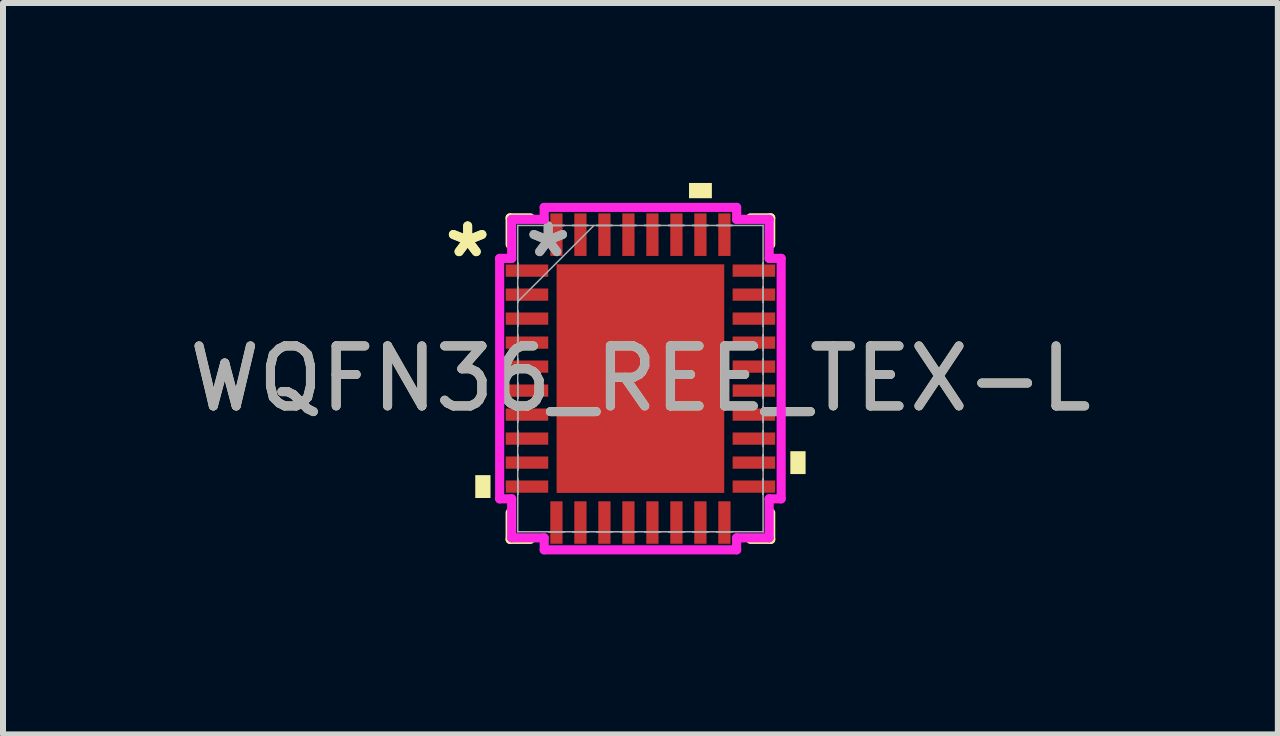
<source format=kicad_pcb>
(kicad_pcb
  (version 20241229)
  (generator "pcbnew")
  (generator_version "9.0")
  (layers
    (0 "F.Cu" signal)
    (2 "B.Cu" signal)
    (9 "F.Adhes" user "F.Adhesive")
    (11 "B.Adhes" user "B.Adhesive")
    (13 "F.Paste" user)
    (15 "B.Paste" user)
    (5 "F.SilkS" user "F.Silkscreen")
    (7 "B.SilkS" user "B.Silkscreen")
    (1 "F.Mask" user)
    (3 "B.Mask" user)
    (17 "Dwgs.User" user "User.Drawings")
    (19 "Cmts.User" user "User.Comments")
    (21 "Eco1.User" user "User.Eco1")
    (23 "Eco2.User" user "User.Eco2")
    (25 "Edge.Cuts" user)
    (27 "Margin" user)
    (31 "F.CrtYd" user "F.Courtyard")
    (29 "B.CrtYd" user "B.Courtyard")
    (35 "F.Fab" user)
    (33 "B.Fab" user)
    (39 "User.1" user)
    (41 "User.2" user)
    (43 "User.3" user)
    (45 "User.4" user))
  (footprint "WQFN36_REE_TEX-L"
    (layer "F.Cu")
    (at 7.625 3.261)
    (property "Reference" "WQFN36_REE_TEX-L" (at 0 0 0) (unlocked yes) (layer "F.SilkS") (effects (font (size 1 1) (thickness 0.15))))
    (attr smd)
    (fp_line (start -2.172 -2.68) (end -2.172 -2.235) (stroke (width 0.152) (type solid)) (layer "F.SilkS"))
    (fp_line (start -2.172 2.235) (end -2.172 2.68) (stroke (width 0.152) (type solid)) (layer "F.SilkS"))
    (fp_line (start -2.172 2.68) (end -1.835 2.68) (stroke (width 0.152) (type solid)) (layer "F.SilkS"))
    (fp_line (start -1.835 -2.68) (end -2.172 -2.68) (stroke (width 0.152) (type solid)) (layer "F.SilkS"))
    (fp_line (start 1.835 2.68) (end 2.172 2.68) (stroke (width 0.152) (type solid)) (layer "F.SilkS"))
    (fp_line (start 2.172 -2.68) (end 1.835 -2.68) (stroke (width 0.152) (type solid)) (layer "F.SilkS"))
    (fp_line (start 2.172 -2.235) (end 2.172 -2.68) (stroke (width 0.152) (type solid)) (layer "F.SilkS"))
    (fp_line (start 2.172 2.68) (end 2.172 2.235) (stroke (width 0.152) (type solid)) (layer "F.SilkS"))
    (fp_poly (pts (xy -2.753 1.609) (xy -2.753 1.99) (xy -2.499 1.99) (xy -2.499 1.609)) (stroke (width 0) (type solid)) (fill yes) (layer "F.SilkS"))
    (fp_poly (pts (xy 0.81 -3.007) (xy 0.81 -3.261) (xy 1.191 -3.261) (xy 1.191 -3.007)) (stroke (width 0) (type solid)) (fill yes) (layer "F.SilkS"))
    (fp_poly (pts (xy 2.753 1.21) (xy 2.753 1.591) (xy 2.499 1.591) (xy 2.499 1.21)) (stroke (width 0) (type solid)) (fill yes) (layer "F.SilkS"))
    (fp_poly (pts (xy -1.297 -1.805) (xy -1.297 -0.735) (xy -0.1 -0.735) (xy -0.1 -1.805)) (stroke (width 0) (type solid)) (fill yes) (layer "F.Paste"))
    (fp_poly (pts (xy -1.297 -0.535) (xy -1.297 0.535) (xy -0.1 0.535) (xy -0.1 -0.535)) (stroke (width 0) (type solid)) (fill yes) (layer "F.Paste"))
    (fp_poly (pts (xy -1.297 0.735) (xy -1.297 1.805) (xy -0.1 1.805) (xy -0.1 0.735)) (stroke (width 0) (type solid)) (fill yes) (layer "F.Paste"))
    (fp_poly (pts (xy 0.1 -1.805) (xy 0.1 -0.735) (xy 1.297 -0.735) (xy 1.297 -1.805)) (stroke (width 0) (type solid)) (fill yes) (layer "F.Paste"))
    (fp_poly (pts (xy 0.1 -0.535) (xy 0.1 0.535) (xy 1.297 0.535) (xy 1.297 -0.535)) (stroke (width 0) (type solid)) (fill yes) (layer "F.Paste"))
    (fp_poly (pts (xy 0.1 0.735) (xy 0.1 1.805) (xy 1.297 1.805) (xy 1.297 0.735)) (stroke (width 0) (type solid)) (fill yes) (layer "F.Paste"))
    (fp_line (start -2.346 -2.004) (end -2.146 -2.004) (stroke (width 0.152) (type solid)) (layer "F.CrtYd"))
    (fp_line (start -2.346 2.004) (end -2.346 -2.004) (stroke (width 0.152) (type solid)) (layer "F.CrtYd"))
    (fp_line (start -2.146 -2.654) (end -1.604 -2.654) (stroke (width 0.152) (type solid)) (layer "F.CrtYd"))
    (fp_line (start -2.146 -2.004) (end -2.146 -2.654) (stroke (width 0.152) (type solid)) (layer "F.CrtYd"))
    (fp_line (start -2.146 2.004) (end -2.346 2.004) (stroke (width 0.152) (type solid)) (layer "F.CrtYd"))
    (fp_line (start -2.146 2.654) (end -2.146 2.004) (stroke (width 0.152) (type solid)) (layer "F.CrtYd"))
    (fp_line (start -1.604 -2.854) (end 1.604 -2.854) (stroke (width 0.152) (type solid)) (layer "F.CrtYd"))
    (fp_line (start -1.604 -2.654) (end -1.604 -2.854) (stroke (width 0.152) (type solid)) (layer "F.CrtYd"))
    (fp_line (start -1.604 2.654) (end -2.146 2.654) (stroke (width 0.152) (type solid)) (layer "F.CrtYd"))
    (fp_line (start -1.604 2.854) (end -1.604 2.654) (stroke (width 0.152) (type solid)) (layer "F.CrtYd"))
    (fp_line (start 1.604 -2.854) (end 1.604 -2.654) (stroke (width 0.152) (type solid)) (layer "F.CrtYd"))
    (fp_line (start 1.604 -2.654) (end 2.146 -2.654) (stroke (width 0.152) (type solid)) (layer "F.CrtYd"))
    (fp_line (start 1.604 2.654) (end 1.604 2.854) (stroke (width 0.152) (type solid)) (layer "F.CrtYd"))
    (fp_line (start 1.604 2.854) (end -1.604 2.854) (stroke (width 0.152) (type solid)) (layer "F.CrtYd"))
    (fp_line (start 2.146 -2.654) (end 2.146 -2.004) (stroke (width 0.152) (type solid)) (layer "F.CrtYd"))
    (fp_line (start 2.146 -2.004) (end 2.346 -2.004) (stroke (width 0.152) (type solid)) (layer "F.CrtYd"))
    (fp_line (start 2.146 2.004) (end 2.146 2.654) (stroke (width 0.152) (type solid)) (layer "F.CrtYd"))
    (fp_line (start 2.146 2.654) (end 1.604 2.654) (stroke (width 0.152) (type solid)) (layer "F.CrtYd"))
    (fp_line (start 2.346 -2.004) (end 2.346 2.004) (stroke (width 0.152) (type solid)) (layer "F.CrtYd"))
    (fp_line (start 2.346 2.004) (end 2.146 2.004) (stroke (width 0.152) (type solid)) (layer "F.CrtYd"))
    (fp_line (start -2.045 -2.553) (end -2.045 -2.553) (stroke (width 0.025) (type solid)) (layer "F.Fab"))
    (fp_line (start -2.045 -2.553) (end -2.045 2.553) (stroke (width 0.025) (type solid)) (layer "F.Fab"))
    (fp_line (start -2.045 -1.927) (end -2.045 -1.927) (stroke (width 0.025) (type solid)) (layer "F.Fab"))
    (fp_line (start -2.045 -1.927) (end -2.045 -1.673) (stroke (width 0.025) (type solid)) (layer "F.Fab"))
    (fp_line (start -2.045 -1.673) (end -2.045 -1.927) (stroke (width 0.025) (type solid)) (layer "F.Fab"))
    (fp_line (start -2.045 -1.673) (end -2.045 -1.673) (stroke (width 0.025) (type solid)) (layer "F.Fab"))
    (fp_line (start -2.045 -1.527) (end -2.045 -1.527) (stroke (width 0.025) (type solid)) (layer "F.Fab"))
    (fp_line (start -2.045 -1.527) (end -2.045 -1.273) (stroke (width 0.025) (type solid)) (layer "F.Fab"))
    (fp_line (start -2.045 -1.283) (end -0.775 -2.553) (stroke (width 0.025) (type solid)) (layer "F.Fab"))
    (fp_line (start -2.045 -1.273) (end -2.045 -1.527) (stroke (width 0.025) (type solid)) (layer "F.Fab"))
    (fp_line (start -2.045 -1.273) (end -2.045 -1.273) (stroke (width 0.025) (type solid)) (layer "F.Fab"))
    (fp_line (start -2.045 -1.127) (end -2.045 -1.127) (stroke (width 0.025) (type solid)) (layer "F.Fab"))
    (fp_line (start -2.045 -1.127) (end -2.045 -0.873) (stroke (width 0.025) (type solid)) (layer "F.Fab"))
    (fp_line (start -2.045 -0.873) (end -2.045 -1.127) (stroke (width 0.025) (type solid)) (layer "F.Fab"))
    (fp_line (start -2.045 -0.873) (end -2.045 -0.873) (stroke (width 0.025) (type solid)) (layer "F.Fab"))
    (fp_line (start -2.045 -0.727) (end -2.045 -0.727) (stroke (width 0.025) (type solid)) (layer "F.Fab"))
    (fp_line (start -2.045 -0.727) (end -2.045 -0.473) (stroke (width 0.025) (type solid)) (layer "F.Fab"))
    (fp_line (start -2.045 -0.473) (end -2.045 -0.727) (stroke (width 0.025) (type solid)) (layer "F.Fab"))
    (fp_line (start -2.045 -0.473) (end -2.045 -0.473) (stroke (width 0.025) (type solid)) (layer "F.Fab"))
    (fp_line (start -2.045 -0.327) (end -2.045 -0.327) (stroke (width 0.025) (type solid)) (layer "F.Fab"))
    (fp_line (start -2.045 -0.327) (end -2.045 -0.073) (stroke (width 0.025) (type solid)) (layer "F.Fab"))
    (fp_line (start -2.045 -0.073) (end -2.045 -0.327) (stroke (width 0.025) (type solid)) (layer "F.Fab"))
    (fp_line (start -2.045 -0.073) (end -2.045 -0.073) (stroke (width 0.025) (type solid)) (layer "F.Fab"))
    (fp_line (start -2.045 0.073) (end -2.045 0.073) (stroke (width 0.025) (type solid)) (layer "F.Fab"))
    (fp_line (start -2.045 0.073) (end -2.045 0.327) (stroke (width 0.025) (type solid)) (layer "F.Fab"))
    (fp_line (start -2.045 0.327) (end -2.045 0.073) (stroke (width 0.025) (type solid)) (layer "F.Fab"))
    (fp_line (start -2.045 0.327) (end -2.045 0.327) (stroke (width 0.025) (type solid)) (layer "F.Fab"))
    (fp_line (start -2.045 0.473) (end -2.045 0.473) (stroke (width 0.025) (type solid)) (layer "F.Fab"))
    (fp_line (start -2.045 0.473) (end -2.045 0.727) (stroke (width 0.025) (type solid)) (layer "F.Fab"))
    (fp_line (start -2.045 0.727) (end -2.045 0.473) (stroke (width 0.025) (type solid)) (layer "F.Fab"))
    (fp_line (start -2.045 0.727) (end -2.045 0.727) (stroke (width 0.025) (type solid)) (layer "F.Fab"))
    (fp_line (start -2.045 0.873) (end -2.045 0.873) (stroke (width 0.025) (type solid)) (layer "F.Fab"))
    (fp_line (start -2.045 0.873) (end -2.045 1.127) (stroke (width 0.025) (type solid)) (layer "F.Fab"))
    (fp_line (start -2.045 1.127) (end -2.045 0.873) (stroke (width 0.025) (type solid)) (layer "F.Fab"))
    (fp_line (start -2.045 1.127) (end -2.045 1.127) (stroke (width 0.025) (type solid)) (layer "F.Fab"))
    (fp_line (start -2.045 1.273) (end -2.045 1.273) (stroke (width 0.025) (type solid)) (layer "F.Fab"))
    (fp_line (start -2.045 1.273) (end -2.045 1.527) (stroke (width 0.025) (type solid)) (layer "F.Fab"))
    (fp_line (start -2.045 1.527) (end -2.045 1.273) (stroke (width 0.025) (type solid)) (layer "F.Fab"))
    (fp_line (start -2.045 1.527) (end -2.045 1.527) (stroke (width 0.025) (type solid)) (layer "F.Fab"))
    (fp_line (start -2.045 1.673) (end -2.045 1.673) (stroke (width 0.025) (type solid)) (layer "F.Fab"))
    (fp_line (start -2.045 1.673) (end -2.045 1.927) (stroke (width 0.025) (type solid)) (layer "F.Fab"))
    (fp_line (start -2.045 1.927) (end -2.045 1.673) (stroke (width 0.025) (type solid)) (layer "F.Fab"))
    (fp_line (start -2.045 1.927) (end -2.045 1.927) (stroke (width 0.025) (type solid)) (layer "F.Fab"))
    (fp_line (start -2.045 2.553) (end -2.045 2.553) (stroke (width 0.025) (type solid)) (layer "F.Fab"))
    (fp_line (start -2.045 2.553) (end 2.045 2.553) (stroke (width 0.025) (type solid)) (layer "F.Fab"))
    (fp_line (start -1.527 -2.553) (end -1.527 -2.553) (stroke (width 0.025) (type solid)) (layer "F.Fab"))
    (fp_line (start -1.527 -2.553) (end -1.273 -2.553) (stroke (width 0.025) (type solid)) (layer "F.Fab"))
    (fp_line (start -1.527 2.553) (end -1.527 2.553) (stroke (width 0.025) (type solid)) (layer "F.Fab"))
    (fp_line (start -1.527 2.553) (end -1.273 2.553) (stroke (width 0.025) (type solid)) (layer "F.Fab"))
    (fp_line (start -1.273 -2.553) (end -1.527 -2.553) (stroke (width 0.025) (type solid)) (layer "F.Fab"))
    (fp_line (start -1.273 -2.553) (end -1.273 -2.553) (stroke (width 0.025) (type solid)) (layer "F.Fab"))
    (fp_line (start -1.273 2.553) (end -1.527 2.553) (stroke (width 0.025) (type solid)) (layer "F.Fab"))
    (fp_line (start -1.273 2.553) (end -1.273 2.553) (stroke (width 0.025) (type solid)) (layer "F.Fab"))
    (fp_line (start -1.127 -2.553) (end -1.127 -2.553) (stroke (width 0.025) (type solid)) (layer "F.Fab"))
    (fp_line (start -1.127 -2.553) (end -0.873 -2.553) (stroke (width 0.025) (type solid)) (layer "F.Fab"))
    (fp_line (start -1.127 2.553) (end -1.127 2.553) (stroke (width 0.025) (type solid)) (layer "F.Fab"))
    (fp_line (start -1.127 2.553) (end -0.873 2.553) (stroke (width 0.025) (type solid)) (layer "F.Fab"))
    (fp_line (start -0.873 -2.553) (end -1.127 -2.553) (stroke (width 0.025) (type solid)) (layer "F.Fab"))
    (fp_line (start -0.873 -2.553) (end -0.873 -2.553) (stroke (width 0.025) (type solid)) (layer "F.Fab"))
    (fp_line (start -0.873 2.553) (end -1.127 2.553) (stroke (width 0.025) (type solid)) (layer "F.Fab"))
    (fp_line (start -0.873 2.553) (end -0.873 2.553) (stroke (width 0.025) (type solid)) (layer "F.Fab"))
    (fp_line (start -0.727 -2.553) (end -0.727 -2.553) (stroke (width 0.025) (type solid)) (layer "F.Fab"))
    (fp_line (start -0.727 -2.553) (end -0.473 -2.553) (stroke (width 0.025) (type solid)) (layer "F.Fab"))
    (fp_line (start -0.727 2.553) (end -0.727 2.553) (stroke (width 0.025) (type solid)) (layer "F.Fab"))
    (fp_line (start -0.727 2.553) (end -0.473 2.553) (stroke (width 0.025) (type solid)) (layer "F.Fab"))
    (fp_line (start -0.473 -2.553) (end -0.727 -2.553) (stroke (width 0.025) (type solid)) (layer "F.Fab"))
    (fp_line (start -0.473 -2.553) (end -0.473 -2.553) (stroke (width 0.025) (type solid)) (layer "F.Fab"))
    (fp_line (start -0.473 2.553) (end -0.727 2.553) (stroke (width 0.025) (type solid)) (layer "F.Fab"))
    (fp_line (start -0.473 2.553) (end -0.473 2.553) (stroke (width 0.025) (type solid)) (layer "F.Fab"))
    (fp_line (start -0.327 -2.553) (end -0.327 -2.553) (stroke (width 0.025) (type solid)) (layer "F.Fab"))
    (fp_line (start -0.327 -2.553) (end -0.073 -2.553) (stroke (width 0.025) (type solid)) (layer "F.Fab"))
    (fp_line (start -0.327 2.553) (end -0.327 2.553) (stroke (width 0.025) (type solid)) (layer "F.Fab"))
    (fp_line (start -0.327 2.553) (end -0.073 2.553) (stroke (width 0.025) (type solid)) (layer "F.Fab"))
    (fp_line (start -0.073 -2.553) (end -0.327 -2.553) (stroke (width 0.025) (type solid)) (layer "F.Fab"))
    (fp_line (start -0.073 -2.553) (end -0.073 -2.553) (stroke (width 0.025) (type solid)) (layer "F.Fab"))
    (fp_line (start -0.073 2.553) (end -0.327 2.553) (stroke (width 0.025) (type solid)) (layer "F.Fab"))
    (fp_line (start -0.073 2.553) (end -0.073 2.553) (stroke (width 0.025) (type solid)) (layer "F.Fab"))
    (fp_line (start 0.073 -2.553) (end 0.073 -2.553) (stroke (width 0.025) (type solid)) (layer "F.Fab"))
    (fp_line (start 0.073 -2.553) (end 0.327 -2.553) (stroke (width 0.025) (type solid)) (layer "F.Fab"))
    (fp_line (start 0.073 2.553) (end 0.073 2.553) (stroke (width 0.025) (type solid)) (layer "F.Fab"))
    (fp_line (start 0.073 2.553) (end 0.327 2.553) (stroke (width 0.025) (type solid)) (layer "F.Fab"))
    (fp_line (start 0.327 -2.553) (end 0.073 -2.553) (stroke (width 0.025) (type solid)) (layer "F.Fab"))
    (fp_line (start 0.327 -2.553) (end 0.327 -2.553) (stroke (width 0.025) (type solid)) (layer "F.Fab"))
    (fp_line (start 0.327 2.553) (end 0.073 2.553) (stroke (width 0.025) (type solid)) (layer "F.Fab"))
    (fp_line (start 0.327 2.553) (end 0.327 2.553) (stroke (width 0.025) (type solid)) (layer "F.Fab"))
    (fp_line (start 0.473 -2.553) (end 0.473 -2.553) (stroke (width 0.025) (type solid)) (layer "F.Fab"))
    (fp_line (start 0.473 -2.553) (end 0.727 -2.553) (stroke (width 0.025) (type solid)) (layer "F.Fab"))
    (fp_line (start 0.473 2.553) (end 0.473 2.553) (stroke (width 0.025) (type solid)) (layer "F.Fab"))
    (fp_line (start 0.473 2.553) (end 0.727 2.553) (stroke (width 0.025) (type solid)) (layer "F.Fab"))
    (fp_line (start 0.727 -2.553) (end 0.473 -2.553) (stroke (width 0.025) (type solid)) (layer "F.Fab"))
    (fp_line (start 0.727 -2.553) (end 0.727 -2.553) (stroke (width 0.025) (type solid)) (layer "F.Fab"))
    (fp_line (start 0.727 2.553) (end 0.473 2.553) (stroke (width 0.025) (type solid)) (layer "F.Fab"))
    (fp_line (start 0.727 2.553) (end 0.727 2.553) (stroke (width 0.025) (type solid)) (layer "F.Fab"))
    (fp_line (start 0.873 -2.553) (end 0.873 -2.553) (stroke (width 0.025) (type solid)) (layer "F.Fab"))
    (fp_line (start 0.873 -2.553) (end 1.127 -2.553) (stroke (width 0.025) (type solid)) (layer "F.Fab"))
    (fp_line (start 0.873 2.553) (end 0.873 2.553) (stroke (width 0.025) (type solid)) (layer "F.Fab"))
    (fp_line (start 0.873 2.553) (end 1.127 2.553) (stroke (width 0.025) (type solid)) (layer "F.Fab"))
    (fp_line (start 1.127 -2.553) (end 0.873 -2.553) (stroke (width 0.025) (type solid)) (layer "F.Fab"))
    (fp_line (start 1.127 -2.553) (end 1.127 -2.553) (stroke (width 0.025) (type solid)) (layer "F.Fab"))
    (fp_line (start 1.127 2.553) (end 0.873 2.553) (stroke (width 0.025) (type solid)) (layer "F.Fab"))
    (fp_line (start 1.127 2.553) (end 1.127 2.553) (stroke (width 0.025) (type solid)) (layer "F.Fab"))
    (fp_line (start 1.273 -2.553) (end 1.273 -2.553) (stroke (width 0.025) (type solid)) (layer "F.Fab"))
    (fp_line (start 1.273 -2.553) (end 1.527 -2.553) (stroke (width 0.025) (type solid)) (layer "F.Fab"))
    (fp_line (start 1.273 2.553) (end 1.273 2.553) (stroke (width 0.025) (type solid)) (layer "F.Fab"))
    (fp_line (start 1.273 2.553) (end 1.527 2.553) (stroke (width 0.025) (type solid)) (layer "F.Fab"))
    (fp_line (start 1.527 -2.553) (end 1.273 -2.553) (stroke (width 0.025) (type solid)) (layer "F.Fab"))
    (fp_line (start 1.527 -2.553) (end 1.527 -2.553) (stroke (width 0.025) (type solid)) (layer "F.Fab"))
    (fp_line (start 1.527 2.553) (end 1.273 2.553) (stroke (width 0.025) (type solid)) (layer "F.Fab"))
    (fp_line (start 1.527 2.553) (end 1.527 2.553) (stroke (width 0.025) (type solid)) (layer "F.Fab"))
    (fp_line (start 2.045 -2.553) (end -2.045 -2.553) (stroke (width 0.025) (type solid)) (layer "F.Fab"))
    (fp_line (start 2.045 -2.553) (end 2.045 -2.553) (stroke (width 0.025) (type solid)) (layer "F.Fab"))
    (fp_line (start 2.045 -1.927) (end 2.045 -1.927) (stroke (width 0.025) (type solid)) (layer "F.Fab"))
    (fp_line (start 2.045 -1.927) (end 2.045 -1.673) (stroke (width 0.025) (type solid)) (layer "F.Fab"))
    (fp_line (start 2.045 -1.673) (end 2.045 -1.927) (stroke (width 0.025) (type solid)) (layer "F.Fab"))
    (fp_line (start 2.045 -1.673) (end 2.045 -1.673) (stroke (width 0.025) (type solid)) (layer "F.Fab"))
    (fp_line (start 2.045 -1.527) (end 2.045 -1.527) (stroke (width 0.025) (type solid)) (layer "F.Fab"))
    (fp_line (start 2.045 -1.527) (end 2.045 -1.273) (stroke (width 0.025) (type solid)) (layer "F.Fab"))
    (fp_line (start 2.045 -1.273) (end 2.045 -1.527) (stroke (width 0.025) (type solid)) (layer "F.Fab"))
    (fp_line (start 2.045 -1.273) (end 2.045 -1.273) (stroke (width 0.025) (type solid)) (layer "F.Fab"))
    (fp_line (start 2.045 -1.127) (end 2.045 -1.127) (stroke (width 0.025) (type solid)) (layer "F.Fab"))
    (fp_line (start 2.045 -1.127) (end 2.045 -0.873) (stroke (width 0.025) (type solid)) (layer "F.Fab"))
    (fp_line (start 2.045 -0.873) (end 2.045 -1.127) (stroke (width 0.025) (type solid)) (layer "F.Fab"))
    (fp_line (start 2.045 -0.873) (end 2.045 -0.873) (stroke (width 0.025) (type solid)) (layer "F.Fab"))
    (fp_line (start 2.045 -0.727) (end 2.045 -0.727) (stroke (width 0.025) (type solid)) (layer "F.Fab"))
    (fp_line (start 2.045 -0.727) (end 2.045 -0.473) (stroke (width 0.025) (type solid)) (layer "F.Fab"))
    (fp_line (start 2.045 -0.473) (end 2.045 -0.727) (stroke (width 0.025) (type solid)) (layer "F.Fab"))
    (fp_line (start 2.045 -0.473) (end 2.045 -0.473) (stroke (width 0.025) (type solid)) (layer "F.Fab"))
    (fp_line (start 2.045 -0.327) (end 2.045 -0.327) (stroke (width 0.025) (type solid)) (layer "F.Fab"))
    (fp_line (start 2.045 -0.327) (end 2.045 -0.073) (stroke (width 0.025) (type solid)) (layer "F.Fab"))
    (fp_line (start 2.045 -0.073) (end 2.045 -0.327) (stroke (width 0.025) (type solid)) (layer "F.Fab"))
    (fp_line (start 2.045 -0.073) (end 2.045 -0.073) (stroke (width 0.025) (type solid)) (layer "F.Fab"))
    (fp_line (start 2.045 0.073) (end 2.045 0.073) (stroke (width 0.025) (type solid)) (layer "F.Fab"))
    (fp_line (start 2.045 0.073) (end 2.045 0.327) (stroke (width 0.025) (type solid)) (layer "F.Fab"))
    (fp_line (start 2.045 0.327) (end 2.045 0.073) (stroke (width 0.025) (type solid)) (layer "F.Fab"))
    (fp_line (start 2.045 0.327) (end 2.045 0.327) (stroke (width 0.025) (type solid)) (layer "F.Fab"))
    (fp_line (start 2.045 0.473) (end 2.045 0.473) (stroke (width 0.025) (type solid)) (layer "F.Fab"))
    (fp_line (start 2.045 0.473) (end 2.045 0.727) (stroke (width 0.025) (type solid)) (layer "F.Fab"))
    (fp_line (start 2.045 0.727) (end 2.045 0.473) (stroke (width 0.025) (type solid)) (layer "F.Fab"))
    (fp_line (start 2.045 0.727) (end 2.045 0.727) (stroke (width 0.025) (type solid)) (layer "F.Fab"))
    (fp_line (start 2.045 0.873) (end 2.045 0.873) (stroke (width 0.025) (type solid)) (layer "F.Fab"))
    (fp_line (start 2.045 0.873) (end 2.045 1.127) (stroke (width 0.025) (type solid)) (layer "F.Fab"))
    (fp_line (start 2.045 1.127) (end 2.045 0.873) (stroke (width 0.025) (type solid)) (layer "F.Fab"))
    (fp_line (start 2.045 1.127) (end 2.045 1.127) (stroke (width 0.025) (type solid)) (layer "F.Fab"))
    (fp_line (start 2.045 1.273) (end 2.045 1.273) (stroke (width 0.025) (type solid)) (layer "F.Fab"))
    (fp_line (start 2.045 1.273) (end 2.045 1.527) (stroke (width 0.025) (type solid)) (layer "F.Fab"))
    (fp_line (start 2.045 1.527) (end 2.045 1.273) (stroke (width 0.025) (type solid)) (layer "F.Fab"))
    (fp_line (start 2.045 1.527) (end 2.045 1.527) (stroke (width 0.025) (type solid)) (layer "F.Fab"))
    (fp_line (start 2.045 1.673) (end 2.045 1.673) (stroke (width 0.025) (type solid)) (layer "F.Fab"))
    (fp_line (start 2.045 1.673) (end 2.045 1.927) (stroke (width 0.025) (type solid)) (layer "F.Fab"))
    (fp_line (start 2.045 1.927) (end 2.045 1.673) (stroke (width 0.025) (type solid)) (layer "F.Fab"))
    (fp_line (start 2.045 1.927) (end 2.045 1.927) (stroke (width 0.025) (type solid)) (layer "F.Fab"))
    (fp_line (start 2.045 2.553) (end 2.045 -2.553) (stroke (width 0.025) (type solid)) (layer "F.Fab"))
    (fp_line (start 2.045 2.553) (end 2.045 2.553) (stroke (width 0.025) (type solid)) (layer "F.Fab"))
    (fp_text user "*" (at -2.88 -2 0) (unlocked yes) (layer "F.SilkS") (effects (font (size 1 1) (thickness 0.15))))
    (fp_text user "*" (at -2.88 -2 0) (layer "F.SilkS") (effects (font (size 1 1) (thickness 0.15))))
    (fp_text user "*" (at -1.537 -2 0) (unlocked yes) (layer "F.Fab") (effects (font (size 1 1) (thickness 0.15))))
    (fp_text user "${REFERENCE}" (at 0 0 0) (unlocked yes) (layer "F.Fab") (effects (font (size 1 1) (thickness 0.15))))
    (fp_text user "*" (at -1.537 -2 0) (layer "F.Fab") (effects (font (size 1 1) (thickness 0.15))))
    (pad "1" smd rect (at -1.891 -1.8 90) (size 0.204 0.708) (layers "F.Cu" "F.Mask" "F.Paste"))
    (pad "2" smd rect (at -1.891 -1.4 90) (size 0.204 0.708) (layers "F.Cu" "F.Mask" "F.Paste"))
    (pad "3" smd rect (at -1.891 -1 90) (size 0.204 0.708) (layers "F.Cu" "F.Mask" "F.Paste"))
    (pad "4" smd rect (at -1.891 -0.6 90) (size 0.204 0.708) (layers "F.Cu" "F.Mask" "F.Paste"))
    (pad "5" smd rect (at -1.891 -0.2 90) (size 0.204 0.708) (layers "F.Cu" "F.Mask" "F.Paste"))
    (pad "6" smd rect (at -1.891 0.2 90) (size 0.204 0.708) (layers "F.Cu" "F.Mask" "F.Paste"))
    (pad "7" smd rect (at -1.891 0.6 90) (size 0.204 0.708) (layers "F.Cu" "F.Mask" "F.Paste"))
    (pad "8" smd rect (at -1.891 1 90) (size 0.204 0.708) (layers "F.Cu" "F.Mask" "F.Paste"))
    (pad "9" smd rect (at -1.891 1.4 90) (size 0.204 0.708) (layers "F.Cu" "F.Mask" "F.Paste"))
    (pad "10" smd rect (at -1.891 1.8 90) (size 0.204 0.708) (layers "F.Cu" "F.Mask" "F.Paste"))
    (pad "11" smd rect (at -1.4 2.399) (size 0.204 0.708) (layers "F.Cu" "F.Mask" "F.Paste"))
    (pad "12" smd rect (at -1 2.399) (size 0.204 0.708) (layers "F.Cu" "F.Mask" "F.Paste"))
    (pad "13" smd rect (at -0.6 2.399) (size 0.204 0.708) (layers "F.Cu" "F.Mask" "F.Paste"))
    (pad "14" smd rect (at -0.2 2.399) (size 0.204 0.708) (layers "F.Cu" "F.Mask" "F.Paste"))
    (pad "15" smd rect (at 0.2 2.399) (size 0.204 0.708) (layers "F.Cu" "F.Mask" "F.Paste"))
    (pad "16" smd rect (at 0.6 2.399) (size 0.204 0.708) (layers "F.Cu" "F.Mask" "F.Paste"))
    (pad "17" smd rect (at 1 2.399) (size 0.204 0.708) (layers "F.Cu" "F.Mask" "F.Paste"))
    (pad "18" smd rect (at 1.4 2.399) (size 0.204 0.708) (layers "F.Cu" "F.Mask" "F.Paste"))
    (pad "19" smd rect (at 1.891 1.8 90) (size 0.204 0.708) (layers "F.Cu" "F.Mask" "F.Paste"))
    (pad "20" smd rect (at 1.891 1.4 90) (size 0.204 0.708) (layers "F.Cu" "F.Mask" "F.Paste"))
    (pad "21" smd rect (at 1.891 1 90) (size 0.204 0.708) (layers "F.Cu" "F.Mask" "F.Paste"))
    (pad "22" smd rect (at 1.891 0.6 90) (size 0.204 0.708) (layers "F.Cu" "F.Mask" "F.Paste"))
    (pad "23" smd rect (at 1.891 0.2 90) (size 0.204 0.708) (layers "F.Cu" "F.Mask" "F.Paste"))
    (pad "24" smd rect (at 1.891 -0.2 90) (size 0.204 0.708) (layers "F.Cu" "F.Mask" "F.Paste"))
    (pad "25" smd rect (at 1.891 -0.6 90) (size 0.204 0.708) (layers "F.Cu" "F.Mask" "F.Paste"))
    (pad "26" smd rect (at 1.891 -1 90) (size 0.204 0.708) (layers "F.Cu" "F.Mask" "F.Paste"))
    (pad "27" smd rect (at 1.891 -1.4 90) (size 0.204 0.708) (layers "F.Cu" "F.Mask" "F.Paste"))
    (pad "28" smd rect (at 1.891 -1.8 90) (size 0.204 0.708) (layers "F.Cu" "F.Mask" "F.Paste"))
    (pad "29" smd rect (at 1.4 -2.399) (size 0.204 0.708) (layers "F.Cu" "F.Mask" "F.Paste"))
    (pad "30" smd rect (at 1 -2.399) (size 0.204 0.708) (layers "F.Cu" "F.Mask" "F.Paste"))
    (pad "31" smd rect (at 0.6 -2.399) (size 0.204 0.708) (layers "F.Cu" "F.Mask" "F.Paste"))
    (pad "32" smd rect (at 0.2 -2.399) (size 0.204 0.708) (layers "F.Cu" "F.Mask" "F.Paste"))
    (pad "33" smd rect (at -0.2 -2.399) (size 0.204 0.708) (layers "F.Cu" "F.Mask" "F.Paste"))
    (pad "34" smd rect (at -0.6 -2.399) (size 0.204 0.708) (layers "F.Cu" "F.Mask" "F.Paste"))
    (pad "35" smd rect (at -1 -2.399) (size 0.204 0.708) (layers "F.Cu" "F.Mask" "F.Paste"))
    (pad "36" smd rect (at -1.4 -2.399) (size 0.204 0.708) (layers "F.Cu" "F.Mask" "F.Paste"))
    (pad "37" smd rect (at 0 0) (size 2.794 3.81) (layers "F.Cu" "F.Mask" "F.Paste")))
  (gr_rect
    (start -3 -3)
    (end 18.25 9.191)
    (stroke (width 0.1) (type default))
    (fill no)
    (layer "Edge.Cuts")))
</source>
